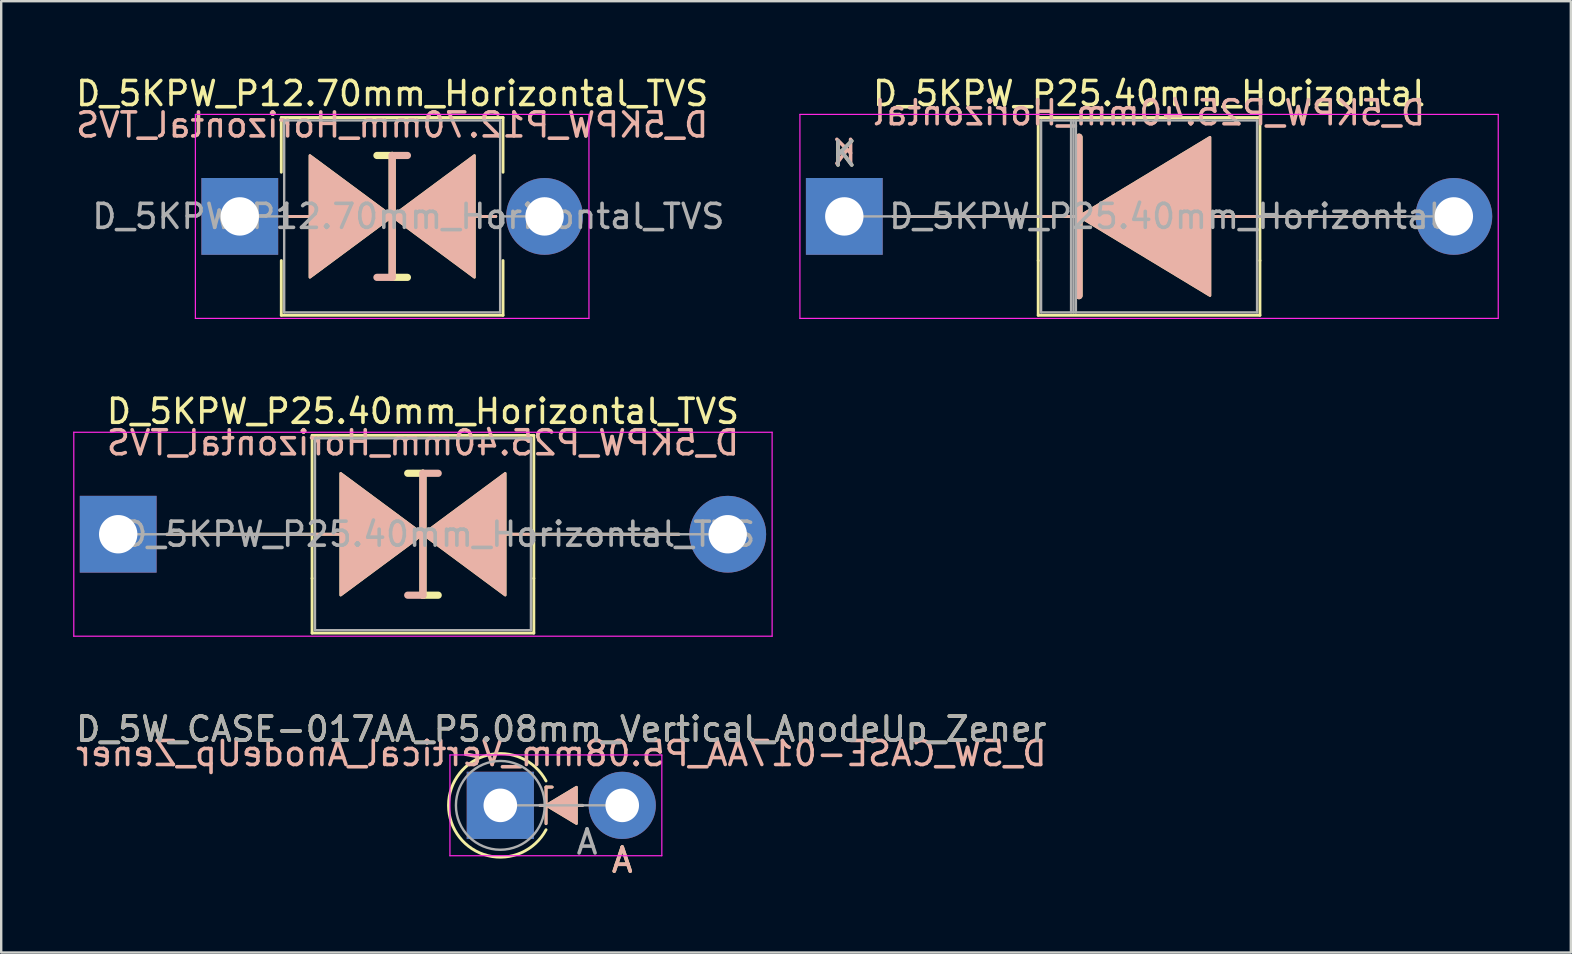
<source format=kicad_pcb>
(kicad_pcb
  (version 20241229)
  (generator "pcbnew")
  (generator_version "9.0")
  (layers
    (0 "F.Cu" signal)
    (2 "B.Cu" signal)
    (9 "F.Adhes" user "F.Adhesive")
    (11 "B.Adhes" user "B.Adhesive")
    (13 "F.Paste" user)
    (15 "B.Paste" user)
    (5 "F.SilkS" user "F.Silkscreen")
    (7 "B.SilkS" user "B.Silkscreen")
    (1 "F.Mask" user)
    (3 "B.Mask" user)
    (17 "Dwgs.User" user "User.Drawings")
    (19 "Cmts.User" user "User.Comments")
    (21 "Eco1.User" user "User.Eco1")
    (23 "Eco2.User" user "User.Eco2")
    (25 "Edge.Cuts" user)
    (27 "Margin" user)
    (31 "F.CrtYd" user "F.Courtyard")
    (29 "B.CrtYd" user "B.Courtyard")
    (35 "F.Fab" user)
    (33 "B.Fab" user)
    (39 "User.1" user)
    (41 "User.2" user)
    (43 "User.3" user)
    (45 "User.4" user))
  (footprint "D_5W_CASE-017AA_P5.08mm_Vertical_AnodeUp_Zener"
    (layer "F.Cu")
    (at 17.799 30.51)
    (property "Reference" "D_5W_CASE-017AA_P5.08mm_Vertical_AnodeUp_Zener" (at 2.54 -3.175 0) (layer "F.SilkS") (effects (font (size 1 1) (thickness 0.15))))
    (attr through_hole)
    (fp_line (start 1.651 0) (end 3.429 0) (stroke (width 0.12) (type solid)) (layer "F.SilkS"))
    (fp_line (start 1.905 -0.762) (end 1.905 0.762) (stroke (width 0.12) (type solid)) (layer "F.SilkS"))
    (fp_line (start 1.905 -0.762) (end 2.159 -0.762) (stroke (width 0.12) (type solid)) (layer "F.SilkS"))
    (fp_arc (start 1.904999 1.016) (mid -2.158999 0) (end 1.904999 -1.016) (stroke (width 0.12) (type solid)) (layer "F.SilkS"))
    (fp_poly (pts (xy 3.175 0.762) (xy 1.905 0) (xy 3.175 -0.762)) (stroke (width 0.1) (type solid)) (fill yes) (layer "F.SilkS"))
    (fp_line (start 1.651 0) (end 3.429 0) (stroke (width 0.12) (type solid)) (layer "B.SilkS"))
    (fp_line (start 1.905 -0.762) (end 2.159 -0.762) (stroke (width 0.12) (type solid)) (layer "B.SilkS"))
    (fp_line (start 1.905 0.762) (end 1.905 -0.762) (stroke (width 0.12) (type solid)) (layer "B.SilkS"))
    (fp_poly (pts (xy 3.175 -0.762) (xy 1.905 0) (xy 3.175 0.762)) (stroke (width 0.1) (type solid)) (fill yes) (layer "B.SilkS"))
    (fp_line (start -2.1 -2.1) (end -2.1 2.1) (stroke (width 0.05) (type solid)) (layer "F.CrtYd"))
    (fp_line (start -2.1 2.1) (end 6.73 2.1) (stroke (width 0.05) (type solid)) (layer "F.CrtYd"))
    (fp_line (start 6.73 -2.1) (end -2.1 -2.1) (stroke (width 0.05) (type solid)) (layer "F.CrtYd"))
    (fp_line (start 6.73 2.1) (end 6.73 -2.1) (stroke (width 0.05) (type solid)) (layer "F.CrtYd"))
    (fp_line (start 0 0) (end 5.08 0) (stroke (width 0.1) (type solid)) (layer "F.Fab"))
    (fp_circle (center 0 0) (end 1.85 0) (stroke (width 0.1) (type solid)) (fill no) (layer "F.Fab"))
    (fp_text user "A" (at 5.08 2.286 0) (layer "F.SilkS") (effects (font (size 1 1) (thickness 0.15))))
    (fp_text user "A" (at 5.08 2.286 0) (layer "B.SilkS") (effects (font (size 1 1) (thickness 0.15)) (justify mirror)))
    (fp_text user "${REFERENCE}" (at 2.54 -2.159 0) (layer "B.SilkS") (effects (font (size 1 1) (thickness 0.15)) (justify mirror)))
    (fp_text user "${REFERENCE}" (at 2.54 -3.175 0) (layer "F.Fab") (effects (font (size 1 1) (thickness 0.15))))
    (fp_text user "A" (at 3.615 1.527 0) (layer "F.Fab") (effects (font (size 1 1) (thickness 0.15))))
    (pad "1" thru_hole rect (at 0 0) (size 2.8 2.8) (drill 1.4) (layers "*.Cu" "*.Mask"))
    (pad "2" thru_hole oval (at 5.08 0) (size 2.8 2.8) (drill 1.4) (layers "*.Cu" "*.Mask")))
  (footprint "D_5KPW_P25.40mm_Horizontal_TVS"
    (layer "F.Cu")
    (at 1.875 19.212)
    (property "Reference" "D_5KPW_P25.40mm_Horizontal_TVS" (at 12.7 -5.12 0) (layer "F.SilkS") (effects (font (size 1 1) (thickness 0.15))))
    (fp_line (start 8.08 -4.12) (end 17.32 -4.12) (stroke (width 0.12) (type solid)) (layer "F.SilkS"))
    (fp_line (start 8.08 1.84) (end 8.08 -4.12) (stroke (width 0.12) (type solid)) (layer "F.SilkS"))
    (fp_line (start 8.08 1.84) (end 8.08 4.12) (stroke (width 0.12) (type solid)) (layer "F.SilkS"))
    (fp_line (start 8.08 4.12) (end 17.32 4.12) (stroke (width 0.12) (type solid)) (layer "F.SilkS"))
    (fp_line (start 9.271 0) (end 2.032 0) (stroke (width 0.12) (type solid)) (layer "F.SilkS"))
    (fp_line (start 12.7 -2.54) (end 12.065 -2.54) (stroke (width 0.3) (type solid)) (layer "F.SilkS"))
    (fp_line (start 12.7 2.54) (end 12.7 -2.54) (stroke (width 0.3) (type solid)) (layer "F.SilkS"))
    (fp_line (start 13.335 2.54) (end 12.7 2.54) (stroke (width 0.3) (type solid)) (layer "F.SilkS"))
    (fp_line (start 17.32 -4.12) (end 17.32 1.84) (stroke (width 0.12) (type solid)) (layer "F.SilkS"))
    (fp_line (start 17.32 4.12) (end 17.32 1.84) (stroke (width 0.12) (type solid)) (layer "F.SilkS"))
    (fp_line (start 23.368 0) (end 16.129 0) (stroke (width 0.12) (type solid)) (layer "F.SilkS"))
    (fp_poly (pts (xy 12.7 0) (xy 9.271 2.54) (xy 9.271 -2.54)) (stroke (width 0.1) (type solid)) (fill yes) (layer "F.SilkS"))
    (fp_poly (pts (xy 12.7 0) (xy 16.129 -2.54) (xy 16.129 2.54)) (stroke (width 0.1) (type solid)) (fill yes) (layer "F.SilkS"))
    (fp_line (start 9.271 0) (end 2.032 0) (stroke (width 0.12) (type solid)) (layer "B.SilkS"))
    (fp_line (start 12.7 -2.54) (end 12.7 2.54) (stroke (width 0.3) (type solid)) (layer "B.SilkS"))
    (fp_line (start 12.7 2.54) (end 12.065 2.54) (stroke (width 0.3) (type solid)) (layer "B.SilkS"))
    (fp_line (start 13.335 -2.54) (end 12.7 -2.54) (stroke (width 0.3) (type solid)) (layer "B.SilkS"))
    (fp_line (start 23.368 0) (end 16.129 0) (stroke (width 0.12) (type solid)) (layer "B.SilkS"))
    (fp_poly (pts (xy 12.7 0) (xy 9.271 -2.54) (xy 9.271 2.54)) (stroke (width 0.1) (type solid)) (fill yes) (layer "B.SilkS"))
    (fp_poly (pts (xy 12.7 0) (xy 16.129 2.54) (xy 16.129 -2.54)) (stroke (width 0.1) (type solid)) (fill yes) (layer "B.SilkS"))
    (fp_line (start -1.85 -4.25) (end -1.85 4.25) (stroke (width 0.05) (type solid)) (layer "F.CrtYd"))
    (fp_line (start -1.85 4.25) (end 27.25 4.25) (stroke (width 0.05) (type solid)) (layer "F.CrtYd"))
    (fp_line (start 27.25 -4.25) (end -1.85 -4.25) (stroke (width 0.05) (type solid)) (layer "F.CrtYd"))
    (fp_line (start 27.25 4.25) (end 27.25 -4.25) (stroke (width 0.05) (type solid)) (layer "F.CrtYd"))
    (fp_line (start 0 0) (end 8.2 0) (stroke (width 0.1) (type solid)) (layer "F.Fab"))
    (fp_line (start 8.2 -4) (end 8.2 4) (stroke (width 0.1) (type solid)) (layer "F.Fab"))
    (fp_line (start 8.2 4) (end 17.2 4) (stroke (width 0.1) (type solid)) (layer "F.Fab"))
    (fp_line (start 17.2 -4) (end 8.2 -4) (stroke (width 0.1) (type solid)) (layer "F.Fab"))
    (fp_line (start 17.2 4) (end 17.2 -4) (stroke (width 0.1) (type solid)) (layer "F.Fab"))
    (fp_line (start 25.4 0) (end 17.2 0) (stroke (width 0.1) (type solid)) (layer "F.Fab"))
    (fp_text user "${REFERENCE}" (at 12.7 -3.81 0) (layer "B.SilkS") (effects (font (size 1 1) (thickness 0.15)) (justify mirror)))
    (fp_text user "${REFERENCE}" (at 13.375 0 0) (layer "F.Fab") (effects (font (size 1 1) (thickness 0.15))))
    (pad "1" thru_hole rect (at 0 0) (size 3.2 3.2) (drill 1.6) (layers "*.Cu" "*.Mask"))
    (pad "2" thru_hole oval (at 25.4 0) (size 3.2 3.2) (drill 1.6) (layers "*.Cu" "*.Mask")))
  (footprint "D_5KPW_P12.70mm_Horizontal_TVS"
    (layer "F.Cu")
    (at 6.942 5.968)
    (property "Reference" "D_5KPW_P12.70mm_Horizontal_TVS" (at 6.35 -5.12 0) (layer "F.SilkS") (effects (font (size 1 1) (thickness 0.15))))
    (fp_line (start 1.73 -4.12) (end 10.97 -4.12) (stroke (width 0.12) (type solid)) (layer "F.SilkS"))
    (fp_line (start 1.73 -1.84) (end 1.73 -4.12) (stroke (width 0.12) (type solid)) (layer "F.SilkS"))
    (fp_line (start 1.73 1.84) (end 1.73 4.12) (stroke (width 0.12) (type solid)) (layer "F.SilkS"))
    (fp_line (start 1.73 4.12) (end 10.97 4.12) (stroke (width 0.12) (type solid)) (layer "F.SilkS"))
    (fp_line (start 2.921 0) (end 2.032 0) (stroke (width 0.12) (type solid)) (layer "F.SilkS"))
    (fp_line (start 6.35 -2.54) (end 5.715 -2.54) (stroke (width 0.3) (type solid)) (layer "F.SilkS"))
    (fp_line (start 6.35 2.54) (end 6.35 -2.54) (stroke (width 0.3) (type solid)) (layer "F.SilkS"))
    (fp_line (start 6.985 2.54) (end 6.35 2.54) (stroke (width 0.3) (type solid)) (layer "F.SilkS"))
    (fp_line (start 10.668 0) (end 9.779 0) (stroke (width 0.12) (type solid)) (layer "F.SilkS"))
    (fp_line (start 10.97 -4.12) (end 10.97 -1.84) (stroke (width 0.12) (type solid)) (layer "F.SilkS"))
    (fp_line (start 10.97 4.12) (end 10.97 1.84) (stroke (width 0.12) (type solid)) (layer "F.SilkS"))
    (fp_poly (pts (xy 6.35 0) (xy 2.921 2.54) (xy 2.921 -2.54)) (stroke (width 0.1) (type solid)) (fill yes) (layer "F.SilkS"))
    (fp_poly (pts (xy 6.35 0) (xy 9.779 -2.54) (xy 9.779 2.54)) (stroke (width 0.1) (type solid)) (fill yes) (layer "F.SilkS"))
    (fp_line (start 2.921 0) (end 2.032 0) (stroke (width 0.12) (type solid)) (layer "B.SilkS"))
    (fp_line (start 6.35 -2.54) (end 6.35 2.54) (stroke (width 0.3) (type solid)) (layer "B.SilkS"))
    (fp_line (start 6.35 2.54) (end 5.715 2.54) (stroke (width 0.3) (type solid)) (layer "B.SilkS"))
    (fp_line (start 6.985 -2.54) (end 6.35 -2.54) (stroke (width 0.3) (type solid)) (layer "B.SilkS"))
    (fp_line (start 10.668 0) (end 9.779 0) (stroke (width 0.12) (type solid)) (layer "B.SilkS"))
    (fp_poly (pts (xy 6.35 0) (xy 2.921 -2.54) (xy 2.921 2.54)) (stroke (width 0.1) (type solid)) (fill yes) (layer "B.SilkS"))
    (fp_poly (pts (xy 6.35 0) (xy 9.779 2.54) (xy 9.779 -2.54)) (stroke (width 0.1) (type solid)) (fill yes) (layer "B.SilkS"))
    (fp_line (start -1.85 -4.25) (end -1.85 4.25) (stroke (width 0.05) (type solid)) (layer "F.CrtYd"))
    (fp_line (start -1.85 4.25) (end 14.55 4.25) (stroke (width 0.05) (type solid)) (layer "F.CrtYd"))
    (fp_line (start 14.55 -4.25) (end -1.85 -4.25) (stroke (width 0.05) (type solid)) (layer "F.CrtYd"))
    (fp_line (start 14.55 4.25) (end 14.55 -4.25) (stroke (width 0.05) (type solid)) (layer "F.CrtYd"))
    (fp_line (start 0 0) (end 1.85 0) (stroke (width 0.1) (type solid)) (layer "F.Fab"))
    (fp_line (start 1.85 -4) (end 1.85 4) (stroke (width 0.1) (type solid)) (layer "F.Fab"))
    (fp_line (start 1.85 4) (end 10.85 4) (stroke (width 0.1) (type solid)) (layer "F.Fab"))
    (fp_line (start 10.85 -4) (end 1.85 -4) (stroke (width 0.1) (type solid)) (layer "F.Fab"))
    (fp_line (start 10.85 4) (end 10.85 -4) (stroke (width 0.1) (type solid)) (layer "F.Fab"))
    (fp_line (start 12.7 0) (end 10.85 0) (stroke (width 0.1) (type solid)) (layer "F.Fab"))
    (fp_text user "${REFERENCE}" (at 6.35 -3.81 0) (layer "B.SilkS") (effects (font (size 1 1) (thickness 0.15)) (justify mirror)))
    (fp_text user "${REFERENCE}" (at 7.025 0 0) (layer "F.Fab") (effects (font (size 1 1) (thickness 0.15))))
    (pad "1" thru_hole rect (at 0 0) (size 3.2 3.2) (drill 1.6) (layers "*.Cu" "*.Mask"))
    (pad "2" thru_hole oval (at 12.7 0) (size 3.2 3.2) (drill 1.6) (layers "*.Cu" "*.Mask")))
  (footprint "D_5KPW_P25.40mm_Horizontal"
    (layer "F.Cu")
    (at 32.133 5.968)
    (property "Reference" "D_5KPW_P25.40mm_Horizontal" (at 12.7 -5.12 0) (layer "F.SilkS") (effects (font (size 1 1) (thickness 0.15))))
    (fp_line (start 2.032 0) (end 9.779 0) (stroke (width 0.12) (type solid)) (layer "F.SilkS"))
    (fp_line (start 8.08 -4.12) (end 17.32 -4.12) (stroke (width 0.12) (type solid)) (layer "F.SilkS"))
    (fp_line (start 8.08 1.84) (end 8.08 -4.12) (stroke (width 0.12) (type solid)) (layer "F.SilkS"))
    (fp_line (start 8.08 1.84) (end 8.08 4.12) (stroke (width 0.12) (type solid)) (layer "F.SilkS"))
    (fp_line (start 8.08 4.12) (end 17.32 4.12) (stroke (width 0.12) (type solid)) (layer "F.SilkS"))
    (fp_line (start 9.779 3.302) (end 9.779 -3.302) (stroke (width 0.3) (type solid)) (layer "F.SilkS"))
    (fp_line (start 17.32 -4.12) (end 17.32 1.84) (stroke (width 0.12) (type solid)) (layer "F.SilkS"))
    (fp_line (start 17.32 4.12) (end 17.32 1.84) (stroke (width 0.12) (type solid)) (layer "F.SilkS"))
    (fp_line (start 23.368 0) (end 14.75 0) (stroke (width 0.12) (type solid)) (layer "F.SilkS"))
    (fp_poly (pts (xy 15.24 3.302) (xy 9.779 0) (xy 15.24 -3.302)) (stroke (width 0.1) (type solid)) (fill yes) (layer "F.SilkS"))
    (fp_line (start 2.032 0) (end 9.779 0) (stroke (width 0.12) (type solid)) (layer "B.SilkS"))
    (fp_line (start 9.779 -3.302) (end 9.779 3.302) (stroke (width 0.3) (type solid)) (layer "B.SilkS"))
    (fp_line (start 23.368 0) (end 14.75 0) (stroke (width 0.12) (type solid)) (layer "B.SilkS"))
    (fp_poly (pts (xy 15.24 -3.302) (xy 9.779 0) (xy 15.24 3.302)) (stroke (width 0.1) (type solid)) (fill yes) (layer "B.SilkS"))
    (fp_line (start -1.85 -4.25) (end -1.85 4.25) (stroke (width 0.05) (type solid)) (layer "F.CrtYd"))
    (fp_line (start -1.85 4.25) (end 27.25 4.25) (stroke (width 0.05) (type solid)) (layer "F.CrtYd"))
    (fp_line (start 27.25 -4.25) (end -1.85 -4.25) (stroke (width 0.05) (type solid)) (layer "F.CrtYd"))
    (fp_line (start 27.25 4.25) (end 27.25 -4.25) (stroke (width 0.05) (type solid)) (layer "F.CrtYd"))
    (fp_line (start 0 0) (end 8.2 0) (stroke (width 0.1) (type solid)) (layer "F.Fab"))
    (fp_line (start 8.2 -4) (end 8.2 4) (stroke (width 0.1) (type solid)) (layer "F.Fab"))
    (fp_line (start 8.2 4) (end 17.2 4) (stroke (width 0.1) (type solid)) (layer "F.Fab"))
    (fp_line (start 9.45 -4) (end 9.45 4) (stroke (width 0.1) (type solid)) (layer "F.Fab"))
    (fp_line (start 9.55 -4) (end 9.55 4) (stroke (width 0.1) (type solid)) (layer "F.Fab"))
    (fp_line (start 9.65 -4) (end 9.65 4) (stroke (width 0.1) (type solid)) (layer "F.Fab"))
    (fp_line (start 17.2 -4) (end 8.2 -4) (stroke (width 0.1) (type solid)) (layer "F.Fab"))
    (fp_line (start 17.2 4) (end 17.2 -4) (stroke (width 0.1) (type solid)) (layer "F.Fab"))
    (fp_line (start 25.4 0) (end 17.2 0) (stroke (width 0.1) (type solid)) (layer "F.Fab"))
    (fp_text user "K" (at 0 -2.6 0) (layer "F.SilkS") (effects (font (size 1 1) (thickness 0.15))))
    (fp_text user "K" (at 0 -2.667 0) (layer "B.SilkS") (effects (font (size 1 1) (thickness 0.15)) (justify mirror)))
    (fp_text user "${REFERENCE}" (at 12.7 -4.318 0) (layer "B.SilkS") (effects (font (size 1 1) (thickness 0.15)) (justify mirror)))
    (fp_text user "K" (at 0 -2.6 0) (layer "F.Fab") (effects (font (size 1 1) (thickness 0.15))))
    (fp_text user "${REFERENCE}" (at 13.375 0 0) (layer "F.Fab") (effects (font (size 1 1) (thickness 0.15))))
    (pad "1" thru_hole rect (at 0 0) (size 3.2 3.2) (drill 1.6) (layers "*.Cu" "*.Mask"))
    (pad "2" thru_hole oval (at 25.4 0) (size 3.2 3.2) (drill 1.6) (layers "*.Cu" "*.Mask")))
  (gr_rect
    (start -3 -3)
    (end 62.408 36.644)
    (stroke (width 0.1) (type default))
    (fill no)
    (layer "Edge.Cuts")))
</source>
